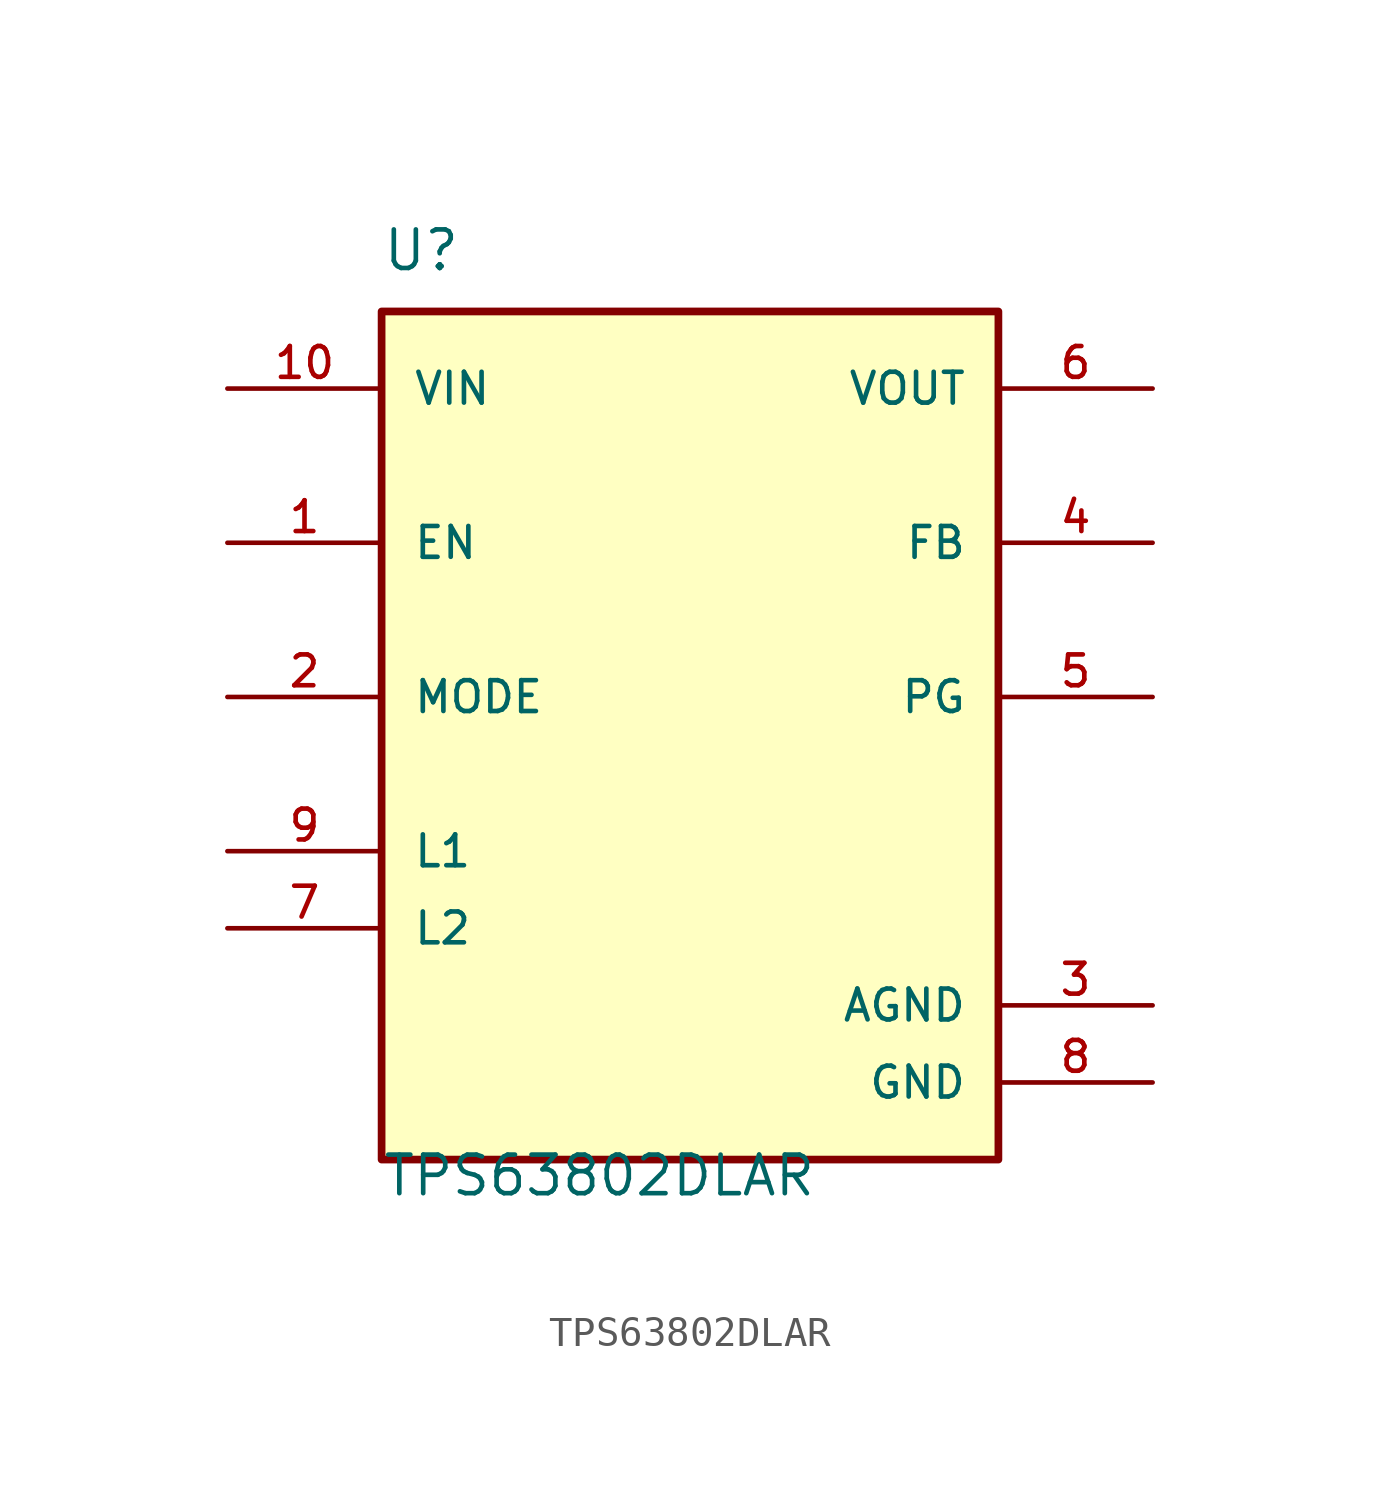
<source format=kicad_sym>
(kicad_symbol_lib
  (version 20211014)
  (generator kicad_symbol_editor)
  (symbol "TPS63802DLAR"
    (pin_names
      (offset 1.016))
    (property "Reference" "U"
      (at -10.16 13.97 0)
      (effects (font (size 1.27 1.27)) (justify left bottom)))
    (property "Value" "TPS63802DLAR"
      (at -10.16 -16.51 0)
      (effects (font (size 1.27 1.27)) (justify left bottom)))
    (property "ki_locked" ""
      (at 0 0 0)
      (effects (font (size 1.27 1.27))))
    (symbol "TPS63802DLAR_0_0"
      (rectangle (start -10.16 -15.24) (end 10.16 12.7) (stroke (width 0.254) (type default) (color 0 0 0 0)) (fill (type background)))
      (pin input line (at -15.24 5.08 0) (length 5.08) (name "EN" (effects (font (size 1.016 1.016)))) (number "1" (effects (font (size 1.016 1.016)))))
      (pin input line (at -15.24 10.16 0) (length 5.08) (name "VIN" (effects (font (size 1.016 1.016)))) (number "10" (effects (font (size 1.016 1.016)))))
      (pin input line (at -15.24 0 0) (length 5.08) (name "MODE" (effects (font (size 1.016 1.016)))) (number "2" (effects (font (size 1.016 1.016)))))
      (pin power_in line (at 15.24 -10.16 180) (length 5.08) (name "AGND" (effects (font (size 1.016 1.016)))) (number "3" (effects (font (size 1.016 1.016)))))
      (pin input line (at 15.24 5.08 180) (length 5.08) (name "FB" (effects (font (size 1.016 1.016)))) (number "4" (effects (font (size 1.016 1.016)))))
      (pin output line (at 15.24 0 180) (length 5.08) (name "PG" (effects (font (size 1.016 1.016)))) (number "5" (effects (font (size 1.016 1.016)))))
      (pin output line (at 15.24 10.16 180) (length 5.08) (name "VOUT" (effects (font (size 1.016 1.016)))) (number "6" (effects (font (size 1.016 1.016)))))
      (pin passive line (at -15.24 -7.62 0) (length 5.08) (name "L2" (effects (font (size 1.016 1.016)))) (number "7" (effects (font (size 1.016 1.016)))))
      (pin power_in line (at 15.24 -12.7 180) (length 5.08) (name "GND" (effects (font (size 1.016 1.016)))) (number "8" (effects (font (size 1.016 1.016)))))
      (pin passive line (at -15.24 -5.08 0) (length 5.08) (name "L1" (effects (font (size 1.016 1.016)))) (number "9" (effects (font (size 1.016 1.016))))))))
</source>
